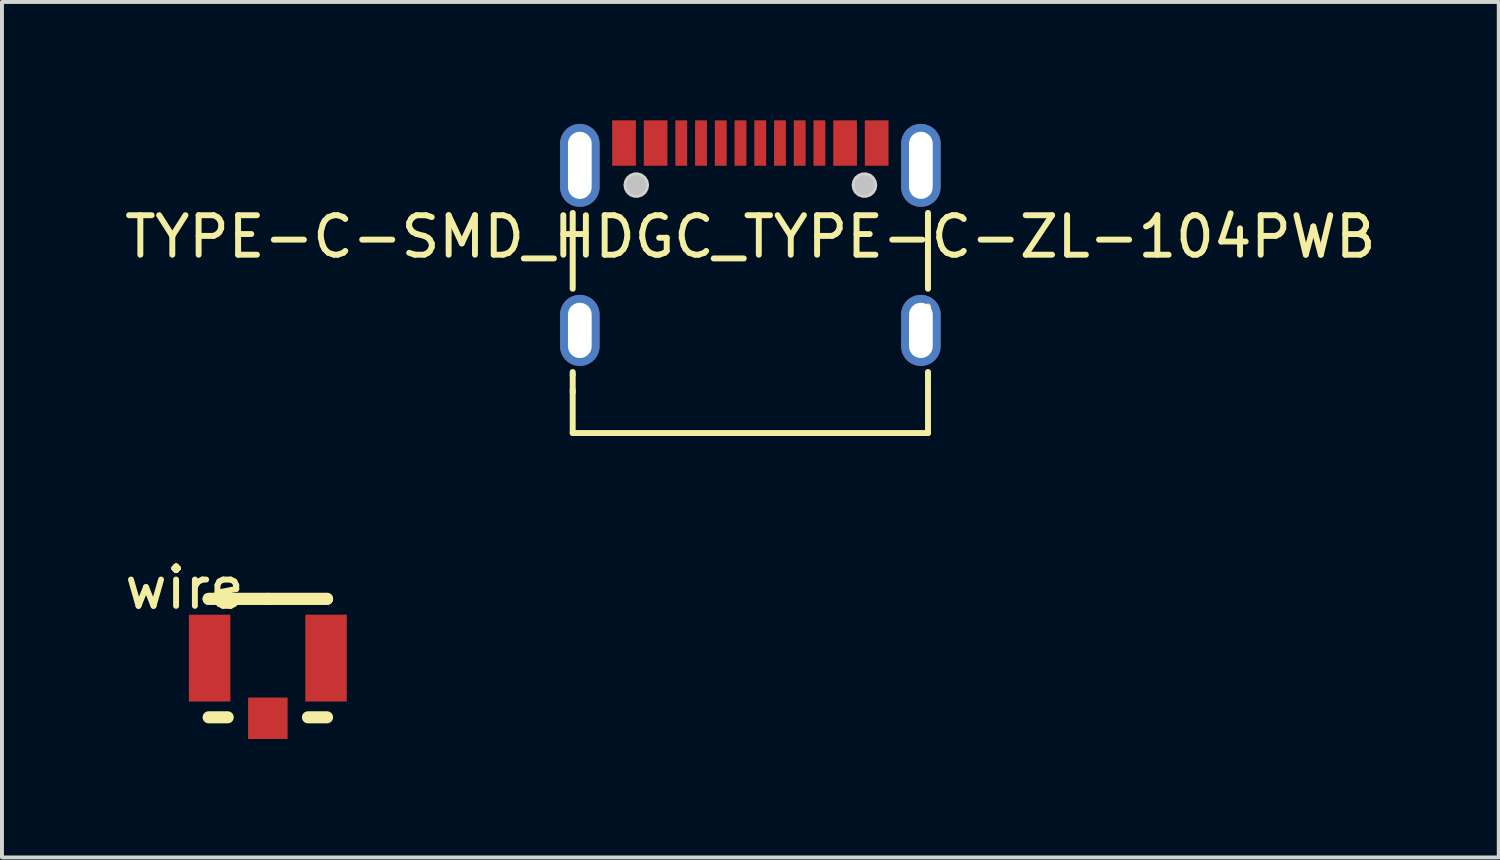
<source format=kicad_pcb>
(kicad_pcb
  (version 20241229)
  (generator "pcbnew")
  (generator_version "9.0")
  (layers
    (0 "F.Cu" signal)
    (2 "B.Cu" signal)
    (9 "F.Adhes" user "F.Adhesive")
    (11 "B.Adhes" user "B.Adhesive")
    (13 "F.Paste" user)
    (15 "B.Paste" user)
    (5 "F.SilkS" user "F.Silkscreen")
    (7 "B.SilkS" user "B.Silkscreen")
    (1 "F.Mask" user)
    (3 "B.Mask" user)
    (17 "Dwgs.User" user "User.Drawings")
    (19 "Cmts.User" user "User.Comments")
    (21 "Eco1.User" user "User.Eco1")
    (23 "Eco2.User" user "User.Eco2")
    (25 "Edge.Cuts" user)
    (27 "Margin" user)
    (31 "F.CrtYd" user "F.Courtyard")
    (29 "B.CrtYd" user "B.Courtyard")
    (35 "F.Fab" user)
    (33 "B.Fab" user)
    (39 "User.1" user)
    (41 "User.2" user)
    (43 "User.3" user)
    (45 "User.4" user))
  (footprint "wire"
    (layer "F.Cu")
    (at 1.625 11.843)
    (property "Reference" "wire" (at 0 0 0) (layer "F.SilkS") (effects (font (size 1 1) (thickness 0.15))))
    (fp_line (start 0.61 0.278) (end 2.11 0.278) (stroke (width 0.305) (type default)) (layer "F.SilkS"))
    (fp_line (start 0.61 0.278) (end 3.61 0.278) (stroke (width 0.305) (type default)) (layer "F.SilkS"))
    (fp_line (start 0.61 3.278) (end 1.094 3.278) (stroke (width 0.305) (type default)) (layer "F.SilkS"))
    (fp_line (start 2.11 0.278) (end 3.61 0.278) (stroke (width 0.305) (type default)) (layer "F.SilkS"))
    (fp_line (start 3.126 3.278) (end 3.61 3.278) (stroke (width 0.305) (type default)) (layer "F.SilkS"))
    (pad "1" smd rect (at 0.635 1.778 90) (size 2.2 1.05) (layers "F.Cu" "F.Mask" "F.Paste"))
    (pad "2" smd rect (at 2.11 3.303) (size 1 1.05) (layers "F.Cu" "F.Mask" "F.Paste"))
    (pad "3" smd rect (at 3.585 1.778 90) (size 2.2 1.05) (layers "F.Cu" "F.Mask" "F.Paste")))
  (footprint "TYPE-C-SMD_HDGC_TYPE-C-ZL-104PWB"
    (layer "F.Cu")
    (at 15.958 2.947)
    (property "Reference" "TYPE-C-SMD_HDGC_TYPE-C-ZL-104PWB" (at 0 0 0) (layer "F.SilkS") (effects (font (size 1 1) (thickness 0.15))))
    (fp_line (start -4.5 1.317) (end -4.5 -0.602) (stroke (width 0.152) (type default)) (layer "F.SilkS"))
    (fp_line (start -4.5 3.502) (end -4.5 3.428) (stroke (width 0.152) (type default)) (layer "F.SilkS"))
    (fp_line (start -4.5 3.878) (end -4.5 4.973) (stroke (width 0.15) (type default)) (layer "F.SilkS"))
    (fp_line (start -4.5 3.943) (end -4.5 3.502) (stroke (width 0.15) (type default)) (layer "F.SilkS"))
    (fp_line (start -4.5 4.973) (end 4.5 4.973) (stroke (width 0.15) (type default)) (layer "F.SilkS"))
    (fp_line (start 4.5 -0.602) (end 4.5 1.317) (stroke (width 0.152) (type default)) (layer "F.SilkS"))
    (fp_line (start 4.5 1.768) (end 4.5 1.944) (stroke (width 0.15) (type default)) (layer "F.SilkS"))
    (fp_line (start 4.5 3.428) (end 4.5 3.502) (stroke (width 0.152) (type default)) (layer "F.SilkS"))
    (fp_line (start 4.5 3.878) (end 4.5 3.502) (stroke (width 0.15) (type default)) (layer "F.SilkS"))
    (fp_line (start 4.5 4.973) (end 4.5 3.878) (stroke (width 0.15) (type default)) (layer "F.SilkS"))
    (fp_poly (pts (xy -3.5 -2.947) (xy -3.5 -1.798) (xy -2.9 -1.798) (xy -2.9 -2.947)) (stroke (width 0) (type default)) (fill yes) (layer "F.Paste"))
    (fp_poly (pts (xy -2.1 -1.798) (xy -2.1 -2.947) (xy -2.7 -2.947) (xy -2.7 -1.798)) (stroke (width 0) (type default)) (fill yes) (layer "F.Paste"))
    (fp_poly (pts (xy -1.6 -1.798) (xy -1.6 -2.947) (xy -1.9 -2.947) (xy -1.9 -1.798)) (stroke (width 0) (type default)) (fill yes) (layer "F.Paste"))
    (fp_poly (pts (xy -1.1 -1.798) (xy -1.1 -2.947) (xy -1.4 -2.947) (xy -1.4 -1.798)) (stroke (width 0) (type default)) (fill yes) (layer "F.Paste"))
    (fp_poly (pts (xy -0.6 -1.798) (xy -0.6 -2.947) (xy -0.9 -2.947) (xy -0.9 -1.798)) (stroke (width 0) (type default)) (fill yes) (layer "F.Paste"))
    (fp_poly (pts (xy -0.1 -1.798) (xy -0.1 -2.947) (xy -0.4 -2.947) (xy -0.4 -1.798)) (stroke (width 0) (type default)) (fill yes) (layer "F.Paste"))
    (fp_poly (pts (xy 0.4 -1.798) (xy 0.4 -2.947) (xy 0.1 -2.947) (xy 0.1 -1.798)) (stroke (width 0) (type default)) (fill yes) (layer "F.Paste"))
    (fp_poly (pts (xy 0.9 -1.798) (xy 0.9 -2.947) (xy 0.6 -2.947) (xy 0.6 -1.798)) (stroke (width 0) (type default)) (fill yes) (layer "F.Paste"))
    (fp_poly (pts (xy 1.1 -2.947) (xy 1.1 -1.798) (xy 1.4 -1.798) (xy 1.4 -2.947)) (stroke (width 0) (type default)) (fill yes) (layer "F.Paste"))
    (fp_poly (pts (xy 1.6 -2.947) (xy 1.6 -1.798) (xy 1.9 -1.798) (xy 1.9 -2.947)) (stroke (width 0) (type default)) (fill yes) (layer "F.Paste"))
    (fp_poly (pts (xy 2.7 -1.798) (xy 2.7 -2.947) (xy 2.1 -2.947) (xy 2.1 -1.798)) (stroke (width 0) (type default)) (fill yes) (layer "F.Paste"))
    (fp_poly (pts (xy 2.9 -2.947) (xy 2.9 -1.798) (xy 3.5 -1.798) (xy 3.5 -2.947)) (stroke (width 0) (type default)) (fill yes) (layer "F.Paste"))
    (fp_poly (pts (xy -4.332 1.472) (xy -4.357 1.474) (xy -4.382 1.476) (xy -4.407 1.48) (xy -4.431 1.485) (xy -4.455 1.491) (xy -4.479 1.498) (xy -4.503 1.507) (xy -4.526 1.516) (xy -4.548 1.528) (xy -4.57 1.54) (xy -4.591 1.552) (xy -4.612 1.567) (xy -4.631 1.581) (xy -4.651 1.597) (xy -4.669 1.615) (xy -4.686 1.633) (xy -4.703 1.651) (xy -4.718 1.671) (xy -4.733 1.69) (xy -4.747 1.712) (xy -4.759 1.733) (xy -4.771 1.756) (xy -4.78 1.778) (xy -4.79 1.802) (xy -4.798 1.825) (xy -4.804 1.849) (xy -4.81 1.873) (xy -4.814 1.898) (xy -4.817 1.923) (xy -4.819 1.948) (xy -4.82 1.972) (xy -4.82 2.772) (xy -4.819 2.797) (xy -4.817 2.822) (xy -4.814 2.847) (xy -4.81 2.872) (xy -4.804 2.896) (xy -4.798 2.92) (xy -4.79 2.943) (xy -4.78 2.966) (xy -4.771 2.99) (xy -4.759 3.011) (xy -4.747 3.033) (xy -4.733 3.054) (xy -4.718 3.075) (xy -4.703 3.094) (xy -4.686 3.112) (xy -4.669 3.131) (xy -4.651 3.147) (xy -4.631 3.163) (xy -4.612 3.179) (xy -4.591 3.192) (xy -4.57 3.205) (xy -4.548 3.217) (xy -4.526 3.228) (xy -4.503 3.238) (xy -4.479 3.247) (xy -4.455 3.253) (xy -4.431 3.26) (xy -4.407 3.265) (xy -4.382 3.268) (xy -4.357 3.271) (xy -4.332 3.272) (xy -4.308 3.272) (xy -4.282 3.271) (xy -4.258 3.268) (xy -4.233 3.265) (xy -4.208 3.26) (xy -4.184 3.253) (xy -4.16 3.247) (xy -4.137 3.238) (xy -4.114 3.228) (xy -4.092 3.217) (xy -4.07 3.205) (xy -4.048 3.192) (xy -4.028 3.179) (xy -4.008 3.163) (xy -3.989 3.147) (xy -3.971 3.131) (xy -3.954 3.112) (xy -3.937 3.094) (xy -3.921 3.075) (xy -3.907 3.054) (xy -3.893 3.033) (xy -3.881 3.011) (xy -3.869 2.99) (xy -3.859 2.966) (xy -3.85 2.943) (xy -3.842 2.92) (xy -3.836 2.896) (xy -3.83 2.872) (xy -3.825 2.847) (xy -3.822 2.822) (xy -3.821 2.797) (xy -3.82 2.772) (xy -3.82 1.972) (xy -3.821 1.948) (xy -3.822 1.923) (xy -3.825 1.898) (xy -3.83 1.873) (xy -3.836 1.849) (xy -3.842 1.825) (xy -3.85 1.802) (xy -3.859 1.778) (xy -3.869 1.756) (xy -3.881 1.733) (xy -3.893 1.712) (xy -3.907 1.69) (xy -3.921 1.671) (xy -3.937 1.651) (xy -3.954 1.633) (xy -3.971 1.615) (xy -3.989 1.597) (xy -4.008 1.581) (xy -4.028 1.567) (xy -4.048 1.552) (xy -4.07 1.54) (xy -4.092 1.528) (xy -4.114 1.516) (xy -4.137 1.507) (xy -4.16 1.498) (xy -4.184 1.491) (xy -4.208 1.485) (xy -4.233 1.48) (xy -4.258 1.476) (xy -4.282 1.474) (xy -4.308 1.472)) (stroke (width 0) (type default)) (fill yes) (layer "F.Paste"))
    (fp_poly (pts (xy -4.282 -2.857) (xy -4.308 -2.857) (xy -4.332 -2.857) (xy -4.357 -2.857) (xy -4.382 -2.854) (xy -4.407 -2.85) (xy -4.431 -2.845) (xy -4.455 -2.839) (xy -4.479 -2.832) (xy -4.503 -2.823) (xy -4.526 -2.813) (xy -4.548 -2.803) (xy -4.57 -2.791) (xy -4.591 -2.777) (xy -4.612 -2.764) (xy -4.631 -2.748) (xy -4.651 -2.732) (xy -4.669 -2.716) (xy -4.686 -2.698) (xy -4.703 -2.679) (xy -4.718 -2.659) (xy -4.733 -2.639) (xy -4.747 -2.619) (xy -4.759 -2.597) (xy -4.771 -2.575) (xy -4.78 -2.552) (xy -4.79 -2.529) (xy -4.798 -2.505) (xy -4.804 -2.481) (xy -4.81 -2.457) (xy -4.814 -2.433) (xy -4.817 -2.408) (xy -4.819 -2.382) (xy -4.82 -2.357) (xy -4.82 -1.258) (xy -4.819 -1.233) (xy -4.817 -1.208) (xy -4.814 -1.183) (xy -4.81 -1.159) (xy -4.804 -1.135) (xy -4.798 -1.111) (xy -4.79 -1.087) (xy -4.78 -1.063) (xy -4.771 -1.041) (xy -4.759 -1.018) (xy -4.747 -0.997) (xy -4.733 -0.976) (xy -4.718 -0.956) (xy -4.703 -0.936) (xy -4.686 -0.917) (xy -4.669 -0.9) (xy -4.651 -0.883) (xy -4.631 -0.867) (xy -4.612 -0.852) (xy -4.591 -0.838) (xy -4.57 -0.825) (xy -4.548 -0.813) (xy -4.526 -0.802) (xy -4.503 -0.792) (xy -4.479 -0.783) (xy -4.455 -0.776) (xy -4.431 -0.77) (xy -4.407 -0.765) (xy -4.382 -0.761) (xy -4.357 -0.759) (xy -4.332 -0.758) (xy -4.308 -0.758) (xy -4.282 -0.759) (xy -4.258 -0.761) (xy -4.233 -0.765) (xy -4.208 -0.77) (xy -4.184 -0.776) (xy -4.16 -0.783) (xy -4.137 -0.792) (xy -4.114 -0.802) (xy -4.092 -0.813) (xy -4.07 -0.825) (xy -4.048 -0.838) (xy -4.028 -0.852) (xy -4.008 -0.867) (xy -3.989 -0.883) (xy -3.971 -0.9) (xy -3.954 -0.917) (xy -3.937 -0.936) (xy -3.921 -0.956) (xy -3.907 -0.976) (xy -3.893 -0.997) (xy -3.881 -1.018) (xy -3.869 -1.041) (xy -3.859 -1.063) (xy -3.85 -1.087) (xy -3.842 -1.111) (xy -3.836 -1.135) (xy -3.83 -1.159) (xy -3.825 -1.183) (xy -3.822 -1.208) (xy -3.821 -1.233) (xy -3.82 -1.258) (xy -3.82 -2.357) (xy -3.821 -2.382) (xy -3.822 -2.408) (xy -3.825 -2.433) (xy -3.83 -2.457) (xy -3.836 -2.481) (xy -3.842 -2.505) (xy -3.85 -2.529) (xy -3.859 -2.552) (xy -3.869 -2.575) (xy -3.881 -2.597) (xy -3.893 -2.619) (xy -3.907 -2.639) (xy -3.921 -2.659) (xy -3.937 -2.679) (xy -3.954 -2.698) (xy -3.971 -2.716) (xy -3.989 -2.732) (xy -4.008 -2.748) (xy -4.028 -2.764) (xy -4.048 -2.777) (xy -4.07 -2.791) (xy -4.092 -2.803) (xy -4.114 -2.813) (xy -4.137 -2.823) (xy -4.16 -2.832) (xy -4.184 -2.839) (xy -4.208 -2.845) (xy -4.233 -2.85) (xy -4.258 -2.854)) (stroke (width 0) (type default)) (fill yes) (layer "F.Paste"))
    (fp_poly (pts (xy 4.308 1.472) (xy 4.282 1.474) (xy 4.258 1.476) (xy 4.233 1.48) (xy 4.208 1.485) (xy 4.184 1.491) (xy 4.16 1.498) (xy 4.137 1.507) (xy 4.114 1.516) (xy 4.092 1.528) (xy 4.07 1.54) (xy 4.048 1.552) (xy 4.028 1.567) (xy 4.008 1.581) (xy 3.989 1.597) (xy 3.971 1.615) (xy 3.954 1.633) (xy 3.937 1.651) (xy 3.921 1.671) (xy 3.907 1.69) (xy 3.893 1.712) (xy 3.881 1.733) (xy 3.869 1.756) (xy 3.859 1.778) (xy 3.85 1.802) (xy 3.842 1.825) (xy 3.836 1.849) (xy 3.83 1.873) (xy 3.825 1.898) (xy 3.822 1.923) (xy 3.821 1.948) (xy 3.82 1.972) (xy 3.82 2.772) (xy 3.821 2.797) (xy 3.822 2.822) (xy 3.825 2.847) (xy 3.83 2.872) (xy 3.836 2.896) (xy 3.842 2.92) (xy 3.85 2.943) (xy 3.859 2.966) (xy 3.869 2.99) (xy 3.881 3.011) (xy 3.893 3.033) (xy 3.907 3.054) (xy 3.921 3.075) (xy 3.937 3.094) (xy 3.954 3.112) (xy 3.971 3.131) (xy 3.989 3.147) (xy 4.008 3.163) (xy 4.028 3.179) (xy 4.048 3.192) (xy 4.07 3.205) (xy 4.092 3.217) (xy 4.114 3.228) (xy 4.137 3.238) (xy 4.16 3.247) (xy 4.184 3.253) (xy 4.208 3.26) (xy 4.233 3.265) (xy 4.258 3.268) (xy 4.282 3.271) (xy 4.308 3.272) (xy 4.332 3.272) (xy 4.357 3.271) (xy 4.382 3.268) (xy 4.407 3.265) (xy 4.431 3.26) (xy 4.455 3.253) (xy 4.479 3.247) (xy 4.503 3.238) (xy 4.526 3.228) (xy 4.548 3.217) (xy 4.57 3.205) (xy 4.591 3.192) (xy 4.612 3.179) (xy 4.631 3.163) (xy 4.651 3.147) (xy 4.669 3.131) (xy 4.686 3.112) (xy 4.703 3.094) (xy 4.718 3.075) (xy 4.733 3.054) (xy 4.747 3.033) (xy 4.759 3.011) (xy 4.771 2.99) (xy 4.78 2.966) (xy 4.79 2.943) (xy 4.798 2.92) (xy 4.804 2.896) (xy 4.81 2.872) (xy 4.814 2.847) (xy 4.817 2.822) (xy 4.819 2.797) (xy 4.82 2.772) (xy 4.82 1.972) (xy 4.819 1.948) (xy 4.817 1.923) (xy 4.814 1.898) (xy 4.81 1.873) (xy 4.804 1.849) (xy 4.798 1.825) (xy 4.79 1.802) (xy 4.78 1.778) (xy 4.771 1.756) (xy 4.759 1.733) (xy 4.747 1.712) (xy 4.733 1.69) (xy 4.718 1.671) (xy 4.703 1.651) (xy 4.686 1.633) (xy 4.669 1.615) (xy 4.651 1.597) (xy 4.631 1.581) (xy 4.612 1.567) (xy 4.591 1.552) (xy 4.57 1.54) (xy 4.548 1.528) (xy 4.526 1.516) (xy 4.503 1.507) (xy 4.479 1.498) (xy 4.455 1.491) (xy 4.431 1.485) (xy 4.407 1.48) (xy 4.382 1.476) (xy 4.357 1.474) (xy 4.332 1.472)) (stroke (width 0) (type default)) (fill yes) (layer "F.Paste"))
    (fp_poly (pts (xy 4.357 -2.857) (xy 4.332 -2.857) (xy 4.308 -2.857) (xy 4.282 -2.857) (xy 4.258 -2.854) (xy 4.233 -2.85) (xy 4.208 -2.845) (xy 4.184 -2.839) (xy 4.16 -2.832) (xy 4.137 -2.823) (xy 4.114 -2.813) (xy 4.092 -2.803) (xy 4.07 -2.791) (xy 4.048 -2.777) (xy 4.028 -2.764) (xy 4.008 -2.748) (xy 3.989 -2.732) (xy 3.971 -2.716) (xy 3.954 -2.698) (xy 3.937 -2.679) (xy 3.921 -2.659) (xy 3.907 -2.639) (xy 3.893 -2.619) (xy 3.881 -2.597) (xy 3.869 -2.575) (xy 3.859 -2.552) (xy 3.85 -2.529) (xy 3.842 -2.505) (xy 3.836 -2.481) (xy 3.83 -2.457) (xy 3.825 -2.433) (xy 3.822 -2.408) (xy 3.821 -2.382) (xy 3.82 -2.357) (xy 3.82 -1.258) (xy 3.821 -1.233) (xy 3.822 -1.208) (xy 3.825 -1.183) (xy 3.83 -1.159) (xy 3.836 -1.135) (xy 3.842 -1.111) (xy 3.85 -1.087) (xy 3.859 -1.063) (xy 3.869 -1.041) (xy 3.881 -1.018) (xy 3.893 -0.997) (xy 3.907 -0.976) (xy 3.921 -0.956) (xy 3.937 -0.936) (xy 3.954 -0.917) (xy 3.971 -0.9) (xy 3.989 -0.883) (xy 4.008 -0.867) (xy 4.028 -0.852) (xy 4.048 -0.838) (xy 4.07 -0.825) (xy 4.092 -0.813) (xy 4.114 -0.802) (xy 4.137 -0.792) (xy 4.16 -0.783) (xy 4.184 -0.776) (xy 4.208 -0.77) (xy 4.233 -0.765) (xy 4.258 -0.761) (xy 4.282 -0.759) (xy 4.308 -0.758) (xy 4.332 -0.758) (xy 4.357 -0.759) (xy 4.382 -0.761) (xy 4.407 -0.765) (xy 4.431 -0.77) (xy 4.455 -0.776) (xy 4.479 -0.783) (xy 4.503 -0.792) (xy 4.526 -0.802) (xy 4.548 -0.813) (xy 4.57 -0.825) (xy 4.591 -0.838) (xy 4.612 -0.852) (xy 4.631 -0.867) (xy 4.651 -0.883) (xy 4.669 -0.9) (xy 4.686 -0.917) (xy 4.703 -0.936) (xy 4.718 -0.956) (xy 4.733 -0.976) (xy 4.747 -0.997) (xy 4.759 -1.018) (xy 4.771 -1.041) (xy 4.78 -1.063) (xy 4.79 -1.087) (xy 4.798 -1.111) (xy 4.804 -1.135) (xy 4.81 -1.159) (xy 4.814 -1.183) (xy 4.817 -1.208) (xy 4.819 -1.233) (xy 4.82 -1.258) (xy 4.82 -2.357) (xy 4.819 -2.382) (xy 4.817 -2.408) (xy 4.814 -2.433) (xy 4.81 -2.457) (xy 4.804 -2.481) (xy 4.798 -2.505) (xy 4.79 -2.529) (xy 4.78 -2.552) (xy 4.771 -2.575) (xy 4.759 -2.597) (xy 4.747 -2.619) (xy 4.733 -2.639) (xy 4.718 -2.659) (xy 4.703 -2.679) (xy 4.686 -2.698) (xy 4.669 -2.716) (xy 4.651 -2.732) (xy 4.631 -2.748) (xy 4.612 -2.764) (xy 4.591 -2.777) (xy 4.57 -2.791) (xy 4.548 -2.803) (xy 4.526 -2.813) (xy 4.503 -2.823) (xy 4.479 -2.832) (xy 4.455 -2.839) (xy 4.431 -2.845) (xy 4.407 -2.85) (xy 4.382 -2.854)) (stroke (width 0) (type default)) (fill yes) (layer "F.Paste"))
    (fp_circle (center -2.89 -1.308) (end -2.765 -1.308) (stroke (width 0.25) (type default)) (fill no) (layer "Dwgs.User"))
    (fp_circle (center 2.89 -1.308) (end 3.015 -1.308) (stroke (width 0.25) (type default)) (fill no) (layer "Dwgs.User"))
    (fp_poly (pts (xy -2.565 -1.308) (xy -2.585 -1.419) (xy -2.641 -1.517) (xy -2.728 -1.589) (xy -2.834 -1.628) (xy -2.946 -1.628) (xy -3.053 -1.589) (xy -3.139 -1.517) (xy -3.195 -1.419) (xy -3.215 -1.308) (xy -3.195 -1.197) (xy -3.139 -1.099) (xy -3.053 -1.027) (xy -2.946 -0.988) (xy -2.834 -0.988) (xy -2.728 -1.027) (xy -2.641 -1.099) (xy -2.585 -1.197)) (stroke (width 0) (type default)) (fill yes) (layer "Edge.Cuts"))
    (fp_poly (pts (xy 3.215 -1.308) (xy 3.195 -1.419) (xy 3.139 -1.517) (xy 3.053 -1.589) (xy 2.946 -1.628) (xy 2.834 -1.628) (xy 2.728 -1.589) (xy 2.641 -1.517) (xy 2.585 -1.419) (xy 2.565 -1.308) (xy 2.585 -1.197) (xy 2.641 -1.099) (xy 2.728 -1.027) (xy 2.834 -0.988) (xy 2.946 -0.988) (xy 3.053 -1.027) (xy 3.139 -1.099) (xy 3.195 -1.197)) (stroke (width 0) (type default)) (fill yes) (layer "Edge.Cuts"))
    (fp_poly (pts (xy -4.47 -2.357) (xy -4.17 -2.357) (xy -4.17 -1.258) (xy -4.47 -1.258)) (stroke (width 0.1) (type default)) (fill no) (layer "User.1"))
    (fp_poly (pts (xy -4.47 1.972) (xy -4.17 1.972) (xy -4.17 2.772) (xy -4.47 2.772)) (stroke (width 0.1) (type default)) (fill no) (layer "User.1"))
    (fp_poly (pts (xy -3.4 -2.591) (xy -3 -2.591) (xy -3 -1.891) (xy -3.4 -1.891)) (stroke (width 0.1) (type default)) (fill no) (layer "User.1"))
    (fp_poly (pts (xy -2.6 -2.591) (xy -2.2 -2.591) (xy -2.2 -1.891) (xy -2.6 -1.891)) (stroke (width 0.1) (type default)) (fill no) (layer "User.1"))
    (fp_poly (pts (xy -1.85 -2.591) (xy -1.65 -2.591) (xy -1.65 -1.891) (xy -1.85 -1.891)) (stroke (width 0.1) (type default)) (fill no) (layer "User.1"))
    (fp_poly (pts (xy -1.35 -2.591) (xy -1.15 -2.591) (xy -1.15 -1.891) (xy -1.35 -1.891)) (stroke (width 0.1) (type default)) (fill no) (layer "User.1"))
    (fp_poly (pts (xy -0.85 -2.591) (xy -0.65 -2.591) (xy -0.65 -1.891) (xy -0.85 -1.891)) (stroke (width 0.1) (type default)) (fill no) (layer "User.1"))
    (fp_poly (pts (xy -0.35 -2.591) (xy -0.15 -2.591) (xy -0.15 -1.891) (xy -0.35 -1.891)) (stroke (width 0.1) (type default)) (fill no) (layer "User.1"))
    (fp_poly (pts (xy 0.15 -2.591) (xy 0.35 -2.591) (xy 0.35 -1.891) (xy 0.15 -1.891)) (stroke (width 0.1) (type default)) (fill no) (layer "User.1"))
    (fp_poly (pts (xy 0.65 -2.591) (xy 0.85 -2.591) (xy 0.85 -1.891) (xy 0.65 -1.891)) (stroke (width 0.1) (type default)) (fill no) (layer "User.1"))
    (fp_poly (pts (xy 1.15 -2.591) (xy 1.35 -2.591) (xy 1.35 -1.891) (xy 1.15 -1.891)) (stroke (width 0.1) (type default)) (fill no) (layer "User.1"))
    (fp_poly (pts (xy 1.65 -2.591) (xy 1.85 -2.591) (xy 1.85 -1.891) (xy 1.65 -1.891)) (stroke (width 0.1) (type default)) (fill no) (layer "User.1"))
    (fp_poly (pts (xy 2.2 -2.591) (xy 2.6 -2.591) (xy 2.6 -1.891) (xy 2.2 -1.891)) (stroke (width 0.1) (type default)) (fill no) (layer "User.1"))
    (fp_poly (pts (xy 3 -2.591) (xy 3.4 -2.591) (xy 3.4 -1.891) (xy 3 -1.891)) (stroke (width 0.1) (type default)) (fill no) (layer "User.1"))
    (fp_poly (pts (xy 4.17 -2.357) (xy 4.47 -2.357) (xy 4.47 -1.258) (xy 4.17 -1.258)) (stroke (width 0.1) (type default)) (fill no) (layer "User.1"))
    (fp_poly (pts (xy 4.17 1.972) (xy 4.47 1.972) (xy 4.47 2.772) (xy 4.17 2.772)) (stroke (width 0.1) (type default)) (fill no) (layer "User.1"))
    (fp_line (start -4.47 -2.377) (end 4.47 -2.377) (stroke (width 0.051) (type default)) (layer "User.2"))
    (fp_line (start -4.47 4.973) (end -4.47 -2.377) (stroke (width 0.051) (type default)) (layer "User.2"))
    (fp_line (start 4.47 -2.377) (end 4.47 4.973) (stroke (width 0.051) (type default)) (layer "User.2"))
    (fp_line (start 4.47 4.973) (end -4.47 4.973) (stroke (width 0.051) (type default)) (layer "User.2"))
    (fp_poly (pts (xy -4.41 -2.591) (xy -4.428 -2.633) (xy -4.47 -2.651) (xy -4.512 -2.633) (xy -4.53 -2.591) (xy -4.512 -2.548) (xy -4.47 -2.53) (xy -4.428 -2.548)) (stroke (width 0.1) (type default)) (fill no) (layer "User.3"))
    (pad "12" thru_hole oval (at -4.32 -1.808) (size 1 2.1) (drill oval 0.6 1.7) (layers "*.Cu" "*.Mask"))
    (pad "13" thru_hole oval (at 4.32 -1.808) (size 1 2.1) (drill oval 0.6 1.7) (layers "*.Cu" "*.Mask"))
    (pad "14" thru_hole oval (at -4.32 2.373) (size 1 1.8) (drill oval 0.6 1.4) (layers "*.Cu" "*.Mask"))
    (pad "15" thru_hole oval (at 4.32 2.373) (size 1 1.8) (drill oval 0.6 1.4) (layers "*.Cu" "*.Mask"))
    (pad "A1B12" smd rect (at -3.2 -2.373) (size 0.6 1.15) (layers "F.Cu" "F.Mask" "F.Paste"))
    (pad "A4B9" smd rect (at -2.4 -2.373) (size 0.6 1.15) (layers "F.Cu" "F.Mask" "F.Paste"))
    (pad "A5" smd rect (at -1.25 -2.373) (size 0.3 1.15) (layers "F.Cu" "F.Mask" "F.Paste"))
    (pad "A6" smd rect (at -0.25 -2.373) (size 0.3 1.15) (layers "F.Cu" "F.Mask" "F.Paste"))
    (pad "A7" smd rect (at 0.25 -2.373) (size 0.3 1.15) (layers "F.Cu" "F.Mask" "F.Paste"))
    (pad "A8" smd rect (at 1.25 -2.373) (size 0.3 1.15) (layers "F.Cu" "F.Mask" "F.Paste"))
    (pad "A9B4" smd rect (at 2.4 -2.373) (size 0.6 1.15) (layers "F.Cu" "F.Mask" "F.Paste"))
    (pad "A12B1" smd rect (at 3.2 -2.373) (size 0.6 1.15) (layers "F.Cu" "F.Mask" "F.Paste"))
    (pad "B5" smd rect (at 1.75 -2.373) (size 0.3 1.15) (layers "F.Cu" "F.Mask" "F.Paste"))
    (pad "B6" smd rect (at 0.75 -2.373) (size 0.3 1.15) (layers "F.Cu" "F.Mask" "F.Paste"))
    (pad "B7" smd rect (at -0.75 -2.373) (size 0.3 1.15) (layers "F.Cu" "F.Mask" "F.Paste"))
    (pad "B8" smd rect (at -1.75 -2.373) (size 0.3 1.15) (layers "F.Cu" "F.Mask" "F.Paste")))
  (gr_rect
    (start -3 -3)
    (end 34.917 18.671)
    (stroke (width 0.1) (type default))
    (fill no)
    (layer "Edge.Cuts")))
</source>
